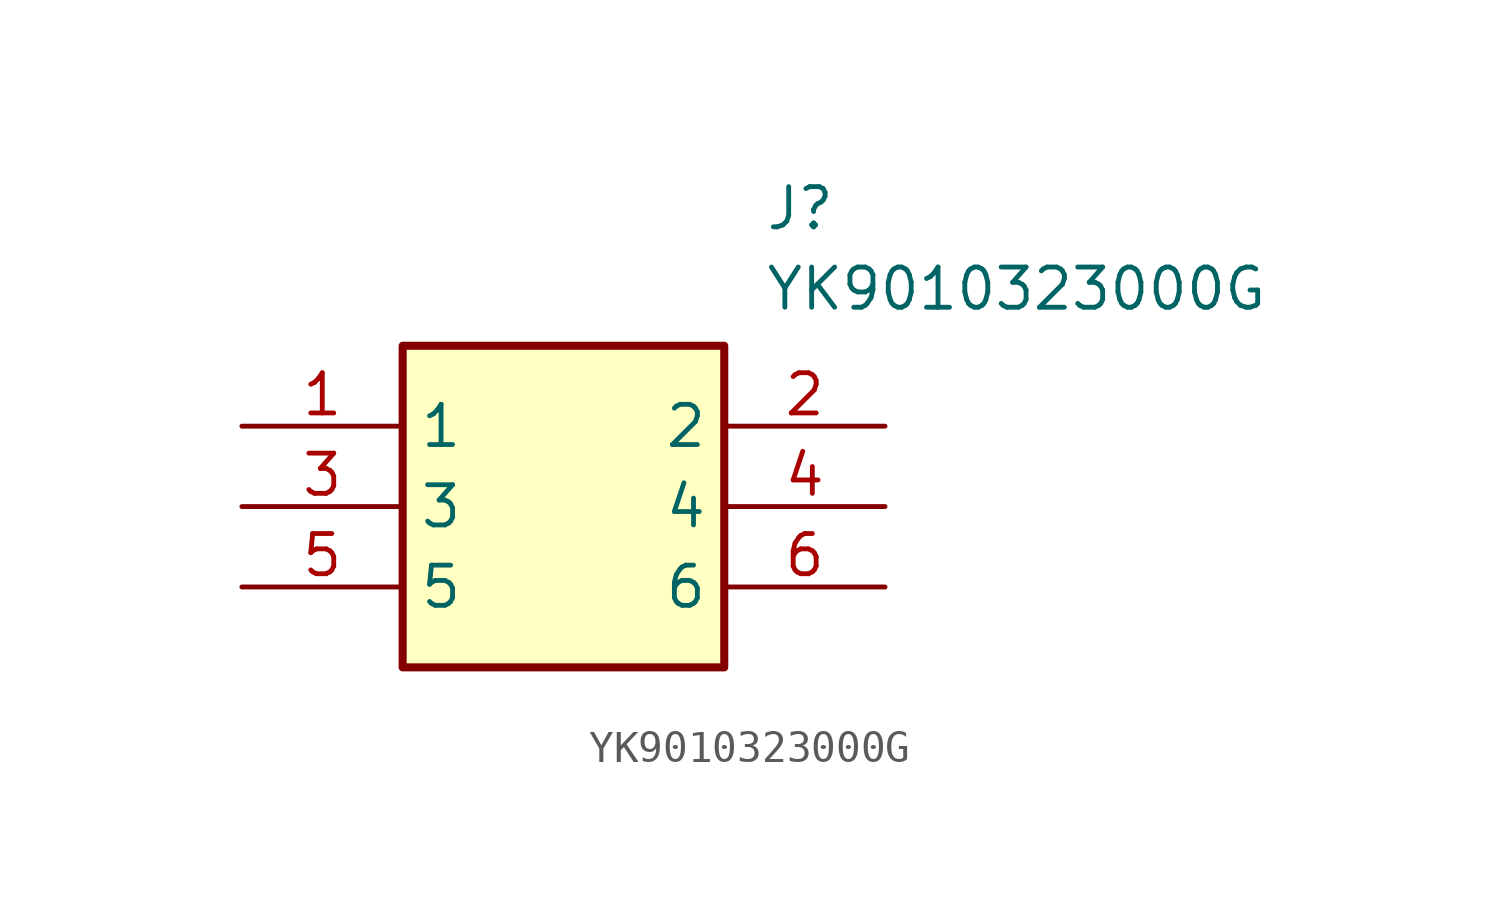
<source format=kicad_sym>
(kicad_symbol_lib
  (version 20211014)
  (generator SamacSys_ECAD_Model)
  (symbol "YK9010323000G"
    (property "Reference" "J"
      (at 16.51 7.62 0)
      (effects (font (size 1.27 1.27)) (justify left top)))
    (property "Value" "YK9010323000G"
      (at 16.51 5.08 0)
      (effects (font (size 1.27 1.27)) (justify left top)))
    (rectangle
      (start 5.08 2.54)
      (end 15.24 -7.62)
      (stroke (width 0.254) (type default))
      (fill (type background)))
    (pin passive line
      (at 0 0 0)
      (length 5.08)
      (name "1" (effects (font (size 1.27 1.27))))
      (number "1" (effects (font (size 1.27 1.27)))))
    (pin passive line
      (at 20.32 0 180)
      (length 5.08)
      (name "2" (effects (font (size 1.27 1.27))))
      (number "2" (effects (font (size 1.27 1.27)))))
    (pin passive line
      (at 0 -2.54 0)
      (length 5.08)
      (name "3" (effects (font (size 1.27 1.27))))
      (number "3" (effects (font (size 1.27 1.27)))))
    (pin passive line
      (at 20.32 -2.54 180)
      (length 5.08)
      (name "4" (effects (font (size 1.27 1.27))))
      (number "4" (effects (font (size 1.27 1.27)))))
    (pin passive line
      (at 0 -5.08 0)
      (length 5.08)
      (name "5" (effects (font (size 1.27 1.27))))
      (number "5" (effects (font (size 1.27 1.27)))))
    (pin passive line
      (at 20.32 -5.08 180)
      (length 5.08)
      (name "6" (effects (font (size 1.27 1.27))))
      (number "6" (effects (font (size 1.27 1.27)))))))
</source>
